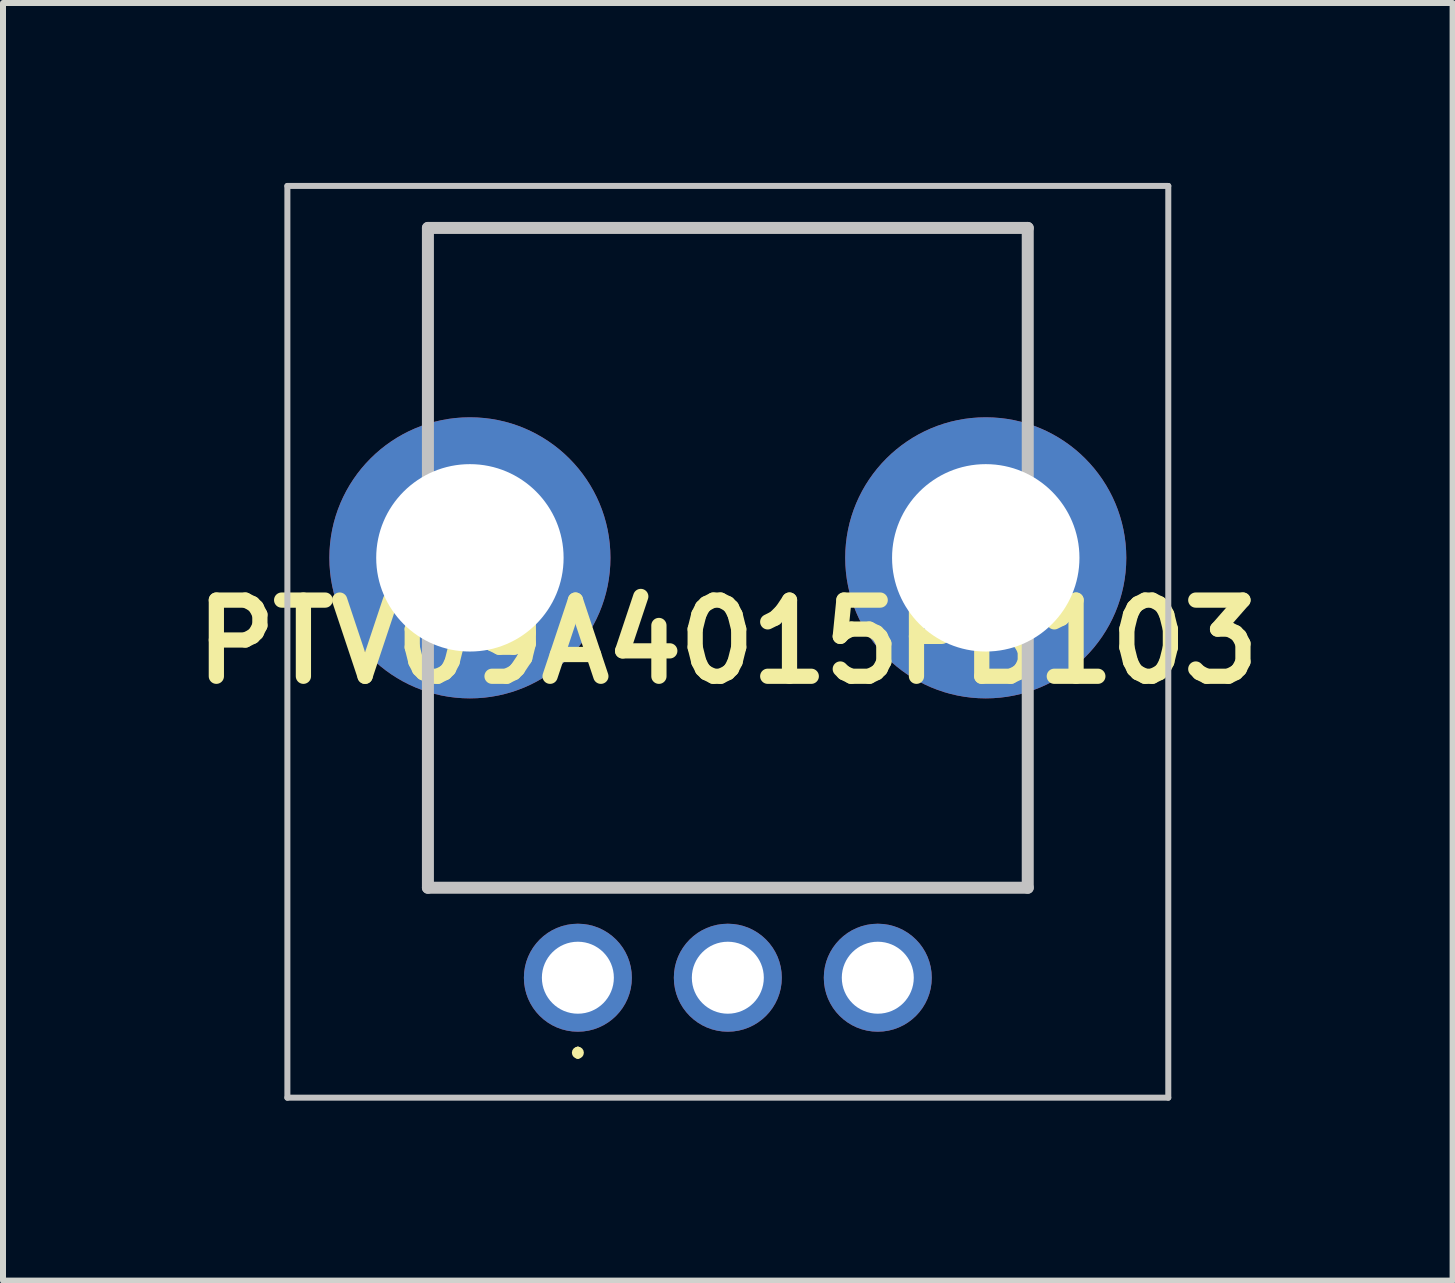
<source format=kicad_pcb>
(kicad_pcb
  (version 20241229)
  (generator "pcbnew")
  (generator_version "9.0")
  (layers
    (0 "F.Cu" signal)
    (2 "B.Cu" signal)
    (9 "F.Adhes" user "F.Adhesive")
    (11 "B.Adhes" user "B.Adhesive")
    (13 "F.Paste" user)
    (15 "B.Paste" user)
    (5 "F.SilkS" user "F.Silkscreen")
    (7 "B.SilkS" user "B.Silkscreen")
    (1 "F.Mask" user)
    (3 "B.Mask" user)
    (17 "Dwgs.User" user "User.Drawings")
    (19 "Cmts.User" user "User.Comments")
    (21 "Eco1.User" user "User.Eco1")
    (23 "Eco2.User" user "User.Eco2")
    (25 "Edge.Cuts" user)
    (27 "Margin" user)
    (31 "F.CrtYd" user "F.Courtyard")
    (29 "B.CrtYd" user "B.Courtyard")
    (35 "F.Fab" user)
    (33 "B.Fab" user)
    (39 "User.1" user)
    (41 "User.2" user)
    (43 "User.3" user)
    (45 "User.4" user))
  (footprint "PTV09A4015FB103"
    (layer "F.Cu")
    (at 6.584 13.25)
    (property "Reference" "PTV09A4015FB103" (at 2.5 -5.6 0) (layer "F.SilkS") (effects (font (size 1.27 1.27) (thickness 0.254))))
    (attr through_hole)
    (fp_line (start -2.5 -12.5) (end 7.5 -12.5) (stroke (width 0.1) (type solid)) (layer "F.SilkS"))
    (fp_line (start -2.5 -10) (end -2.5 -12.5) (stroke (width 0.1) (type solid)) (layer "F.SilkS"))
    (fp_line (start -2.5 -4) (end -2.5 -1.5) (stroke (width 0.1) (type solid)) (layer "F.SilkS"))
    (fp_line (start -2.5 -1.5) (end 7.5 -1.5) (stroke (width 0.1) (type solid)) (layer "F.SilkS"))
    (fp_line (start 0 1.2) (end 0 1.2) (stroke (width 0.1) (type solid)) (layer "F.SilkS"))
    (fp_line (start 0 1.3) (end 0 1.3) (stroke (width 0.1) (type solid)) (layer "F.SilkS"))
    (fp_line (start 7.5 -12.5) (end 7.5 -10) (stroke (width 0.1) (type solid)) (layer "F.SilkS"))
    (fp_line (start 7.5 -1.5) (end 7.5 -4) (stroke (width 0.1) (type solid)) (layer "F.SilkS"))
    (fp_arc (start 0 1.2) (mid 0.05 1.25) (end 0 1.3) (stroke (width 0.1) (type solid)) (layer "F.SilkS"))
    (fp_arc (start 0 1.3) (mid -0.05 1.25) (end 0 1.2) (stroke (width 0.1) (type solid)) (layer "F.SilkS"))
    (fp_line (start -4.843 -13.2) (end 9.843 -13.2) (stroke (width 0.1) (type solid)) (layer "Dwgs.User"))
    (fp_line (start -4.843 2) (end -4.843 -13.2) (stroke (width 0.1) (type solid)) (layer "Dwgs.User"))
    (fp_line (start -2.5 -12.5) (end 7.5 -12.5) (stroke (width 0.2) (type solid)) (layer "Dwgs.User"))
    (fp_line (start -2.5 -1.5) (end -2.5 -12.5) (stroke (width 0.2) (type solid)) (layer "Dwgs.User"))
    (fp_line (start 7.5 -12.5) (end 7.5 -1.5) (stroke (width 0.2) (type solid)) (layer "Dwgs.User"))
    (fp_line (start 7.5 -1.5) (end -2.5 -1.5) (stroke (width 0.2) (type solid)) (layer "Dwgs.User"))
    (fp_line (start 9.843 -13.2) (end 9.843 2) (stroke (width 0.1) (type solid)) (layer "Dwgs.User"))
    (fp_line (start 9.843 2) (end -4.843 2) (stroke (width 0.1) (type solid)) (layer "Dwgs.User"))
    (pad "1" thru_hole circle (at 0 0 90) (size 1.8 1.8) (drill 1.2) (layers "*.Cu" "*.Mask"))
    (pad "2" thru_hole circle (at 2.5 0 90) (size 1.8 1.8) (drill 1.2) (layers "*.Cu" "*.Mask"))
    (pad "3" thru_hole circle (at 5 0 90) (size 1.8 1.8) (drill 1.2) (layers "*.Cu" "*.Mask"))
    (pad "MH1" thru_hole circle (at -1.8 -7 90) (size 4.686 4.686) (drill 3.124) (layers "*.Cu" "*.Mask"))
    (pad "MH2" thru_hole circle (at 6.8 -7 90) (size 4.686 4.686) (drill 3.124) (layers "*.Cu" "*.Mask")))
  (gr_rect
    (start -3 -3)
    (end 21.167 18.3)
    (stroke (width 0.1) (type default))
    (fill no)
    (layer "Edge.Cuts")))
</source>
